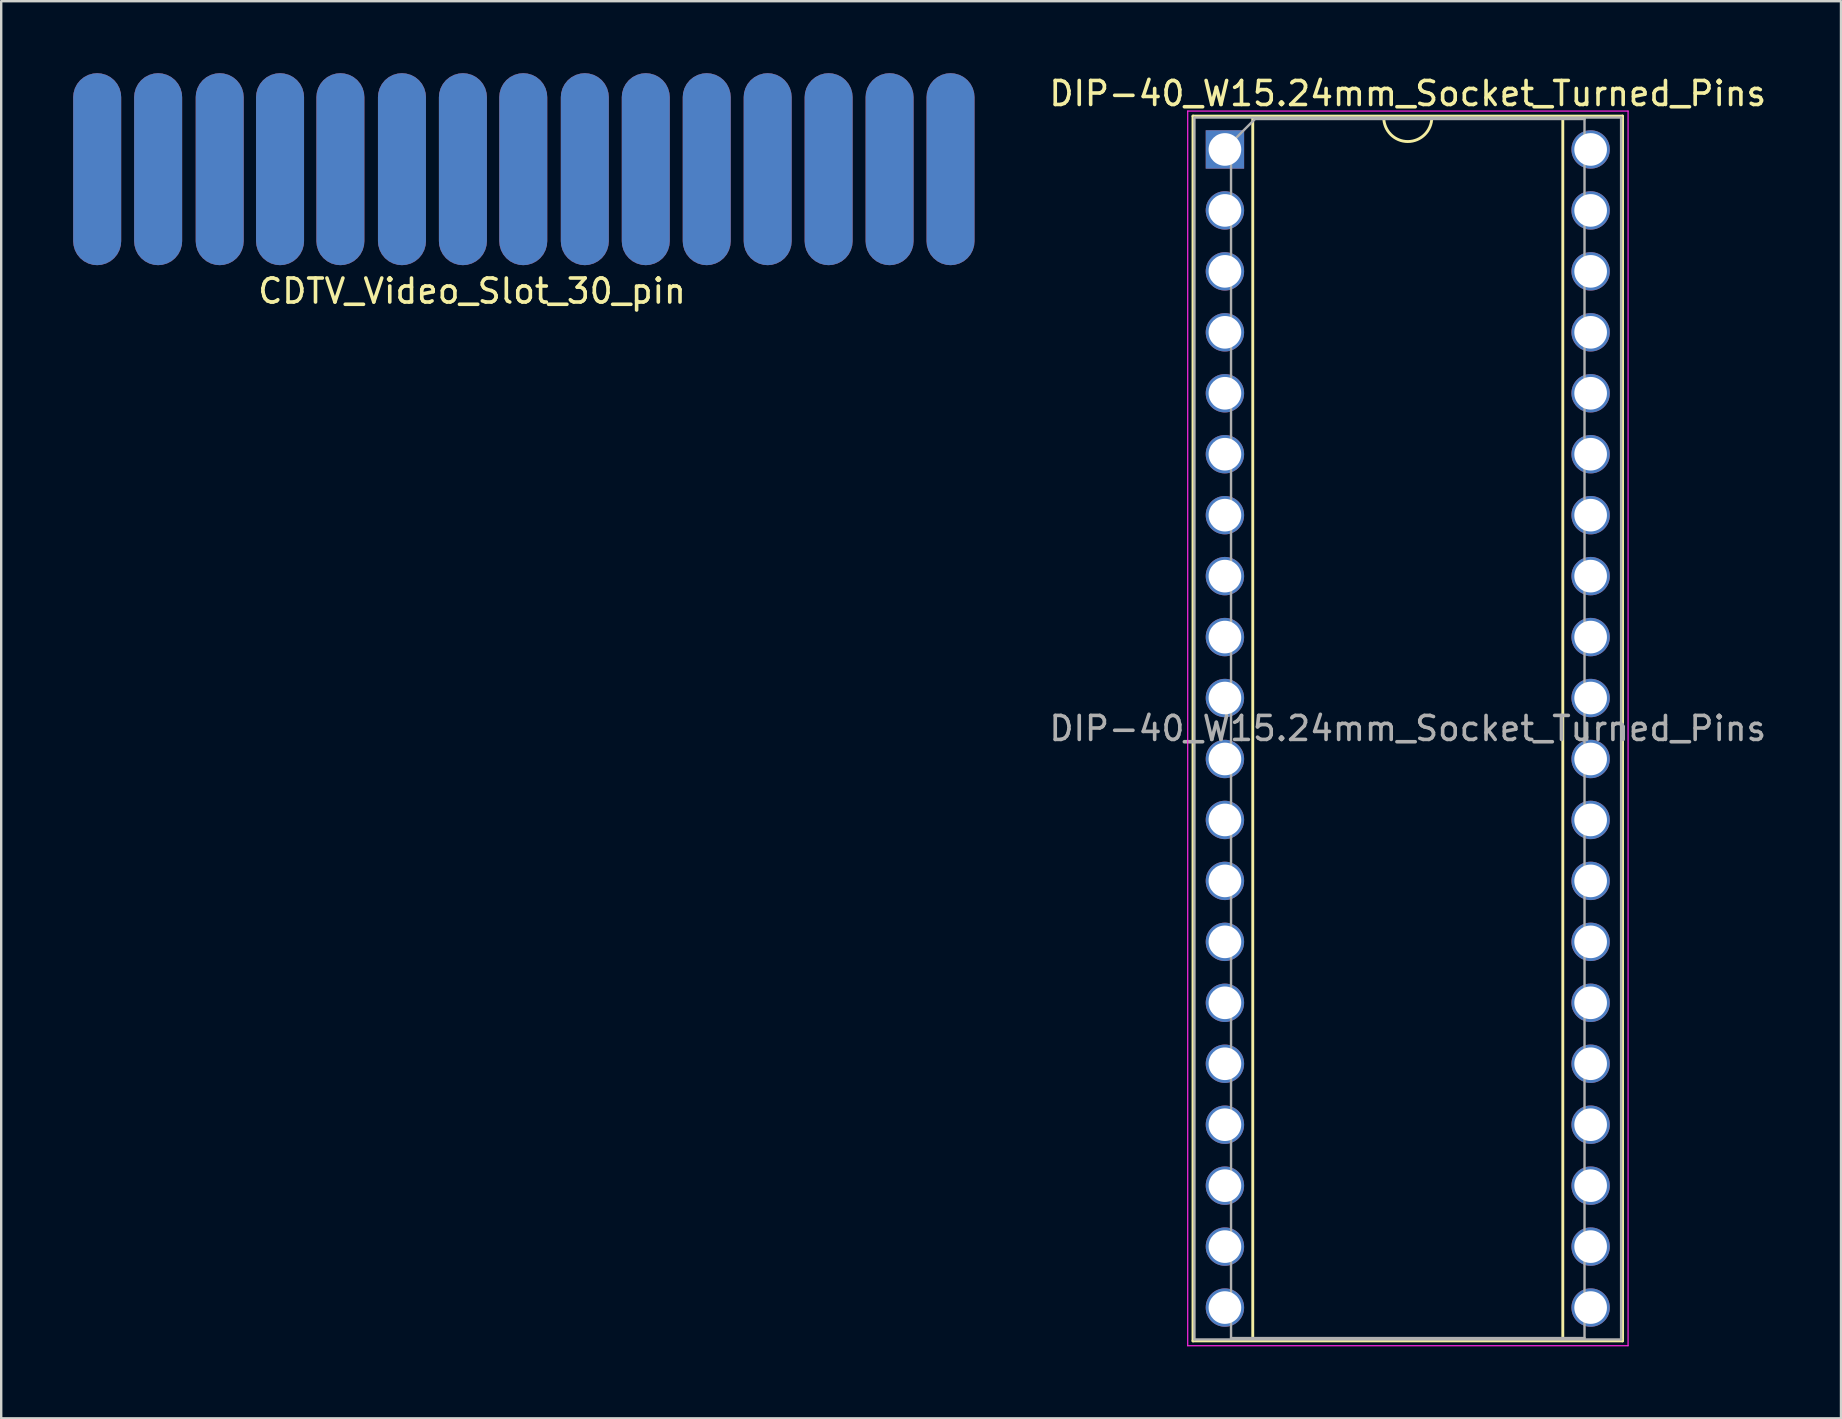
<source format=kicad_pcb>
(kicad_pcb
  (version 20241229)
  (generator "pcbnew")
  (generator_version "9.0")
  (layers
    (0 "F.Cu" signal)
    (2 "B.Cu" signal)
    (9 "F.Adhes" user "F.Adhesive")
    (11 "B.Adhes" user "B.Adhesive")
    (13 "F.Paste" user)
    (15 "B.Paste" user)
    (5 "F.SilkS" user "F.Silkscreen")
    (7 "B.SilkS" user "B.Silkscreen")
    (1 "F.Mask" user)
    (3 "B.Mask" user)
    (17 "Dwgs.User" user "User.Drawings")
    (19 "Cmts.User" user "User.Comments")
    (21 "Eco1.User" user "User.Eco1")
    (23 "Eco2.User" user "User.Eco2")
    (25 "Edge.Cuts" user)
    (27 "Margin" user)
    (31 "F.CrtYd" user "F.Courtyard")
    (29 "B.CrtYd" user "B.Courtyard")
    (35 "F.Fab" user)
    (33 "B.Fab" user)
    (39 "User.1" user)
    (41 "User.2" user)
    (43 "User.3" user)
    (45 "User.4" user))
  (footprint "DIP-40_W15.24mm_Socket_Turned_Pins"
    (layer "F.Cu")
    (at 47.994 3.178)
    (property "Reference" "DIP-40_W15.24mm_Socket_Turned_Pins" (at 7.62 -2.33 0) (layer "F.SilkS") (effects (font (size 1 1) (thickness 0.15))))
    (attr through_hole)
    (fp_line (start -1.33 -1.39) (end -1.33 49.65) (stroke (width 0.12) (type solid)) (layer "F.SilkS"))
    (fp_line (start -1.33 49.65) (end 16.57 49.65) (stroke (width 0.12) (type solid)) (layer "F.SilkS"))
    (fp_line (start 1.16 -1.33) (end 1.16 49.59) (stroke (width 0.12) (type solid)) (layer "F.SilkS"))
    (fp_line (start 1.16 49.59) (end 14.08 49.59) (stroke (width 0.12) (type solid)) (layer "F.SilkS"))
    (fp_line (start 6.62 -1.33) (end 1.16 -1.33) (stroke (width 0.12) (type solid)) (layer "F.SilkS"))
    (fp_line (start 14.08 -1.33) (end 8.62 -1.33) (stroke (width 0.12) (type solid)) (layer "F.SilkS"))
    (fp_line (start 14.08 49.59) (end 14.08 -1.33) (stroke (width 0.12) (type solid)) (layer "F.SilkS"))
    (fp_line (start 16.57 -1.39) (end -1.33 -1.39) (stroke (width 0.12) (type solid)) (layer "F.SilkS"))
    (fp_line (start 16.57 49.65) (end 16.57 -1.39) (stroke (width 0.12) (type solid)) (layer "F.SilkS"))
    (fp_arc (start 8.62 -1.33) (mid 7.62 -0.33) (end 6.62 -1.33) (stroke (width 0.12) (type solid)) (layer "F.SilkS"))
    (fp_line (start -1.55 -1.6) (end -1.55 49.85) (stroke (width 0.05) (type solid)) (layer "F.CrtYd"))
    (fp_line (start -1.55 49.85) (end 16.8 49.85) (stroke (width 0.05) (type solid)) (layer "F.CrtYd"))
    (fp_line (start 16.8 -1.6) (end -1.55 -1.6) (stroke (width 0.05) (type solid)) (layer "F.CrtYd"))
    (fp_line (start 16.8 49.85) (end 16.8 -1.6) (stroke (width 0.05) (type solid)) (layer "F.CrtYd"))
    (fp_line (start -1.27 -1.33) (end -1.27 49.59) (stroke (width 0.1) (type solid)) (layer "F.Fab"))
    (fp_line (start -1.27 49.59) (end 16.51 49.59) (stroke (width 0.1) (type solid)) (layer "F.Fab"))
    (fp_line (start 0.255 -0.27) (end 1.255 -1.27) (stroke (width 0.1) (type solid)) (layer "F.Fab"))
    (fp_line (start 0.255 49.53) (end 0.255 -0.27) (stroke (width 0.1) (type solid)) (layer "F.Fab"))
    (fp_line (start 1.255 -1.27) (end 14.985 -1.27) (stroke (width 0.1) (type solid)) (layer "F.Fab"))
    (fp_line (start 14.985 -1.27) (end 14.985 49.53) (stroke (width 0.1) (type solid)) (layer "F.Fab"))
    (fp_line (start 14.985 49.53) (end 0.255 49.53) (stroke (width 0.1) (type solid)) (layer "F.Fab"))
    (fp_line (start 16.51 -1.33) (end -1.27 -1.33) (stroke (width 0.1) (type solid)) (layer "F.Fab"))
    (fp_line (start 16.51 49.59) (end 16.51 -1.33) (stroke (width 0.1) (type solid)) (layer "F.Fab"))
    (fp_text user "${REFERENCE}" (at 7.62 24.13 0) (layer "F.Fab") (effects (font (size 1 1) (thickness 0.15))))
    (pad "1" thru_hole rect (at 0 0) (size 1.6 1.6) (drill 1.36) (layers "*.Cu" "*.Mask"))
    (pad "2" thru_hole oval (at 0 2.54) (size 1.6 1.6) (drill 1.36) (layers "*.Cu" "*.Mask"))
    (pad "3" thru_hole oval (at 0 5.08) (size 1.6 1.6) (drill 1.36) (layers "*.Cu" "*.Mask"))
    (pad "4" thru_hole oval (at 0 7.62) (size 1.6 1.6) (drill 1.36) (layers "*.Cu" "*.Mask"))
    (pad "5" thru_hole oval (at 0 10.16) (size 1.6 1.6) (drill 1.36) (layers "*.Cu" "*.Mask"))
    (pad "6" thru_hole oval (at 0 12.7) (size 1.6 1.6) (drill 1.36) (layers "*.Cu" "*.Mask"))
    (pad "7" thru_hole oval (at 0 15.24) (size 1.6 1.6) (drill 1.36) (layers "*.Cu" "*.Mask"))
    (pad "8" thru_hole oval (at 0 17.78) (size 1.6 1.6) (drill 1.36) (layers "*.Cu" "*.Mask"))
    (pad "9" thru_hole oval (at 0 20.32) (size 1.6 1.6) (drill 1.36) (layers "*.Cu" "*.Mask"))
    (pad "10" thru_hole oval (at 0 22.86) (size 1.6 1.6) (drill 1.36) (layers "*.Cu" "*.Mask"))
    (pad "11" thru_hole oval (at 0 25.4) (size 1.6 1.6) (drill 1.36) (layers "*.Cu" "*.Mask"))
    (pad "12" thru_hole oval (at 0 27.94) (size 1.6 1.6) (drill 1.36) (layers "*.Cu" "*.Mask"))
    (pad "13" thru_hole oval (at 0 30.48) (size 1.6 1.6) (drill 1.36) (layers "*.Cu" "*.Mask"))
    (pad "14" thru_hole oval (at 0 33.02) (size 1.6 1.6) (drill 1.36) (layers "*.Cu" "*.Mask"))
    (pad "15" thru_hole oval (at 0 35.56) (size 1.6 1.6) (drill 1.36) (layers "*.Cu" "*.Mask"))
    (pad "16" thru_hole oval (at 0 38.1) (size 1.6 1.6) (drill 1.36) (layers "*.Cu" "*.Mask"))
    (pad "17" thru_hole oval (at 0 40.64) (size 1.6 1.6) (drill 1.36) (layers "*.Cu" "*.Mask"))
    (pad "18" thru_hole oval (at 0 43.18) (size 1.6 1.6) (drill 1.36) (layers "*.Cu" "*.Mask"))
    (pad "19" thru_hole oval (at 0 45.72) (size 1.6 1.6) (drill 1.36) (layers "*.Cu" "*.Mask"))
    (pad "20" thru_hole oval (at 0 48.26) (size 1.6 1.6) (drill 1.36) (layers "*.Cu" "*.Mask"))
    (pad "21" thru_hole oval (at 15.24 48.26) (size 1.6 1.6) (drill 1.36) (layers "*.Cu" "*.Mask"))
    (pad "22" thru_hole oval (at 15.24 45.72) (size 1.6 1.6) (drill 1.36) (layers "*.Cu" "*.Mask"))
    (pad "23" thru_hole oval (at 15.24 43.18) (size 1.6 1.6) (drill 1.36) (layers "*.Cu" "*.Mask"))
    (pad "24" thru_hole oval (at 15.24 40.64) (size 1.6 1.6) (drill 1.36) (layers "*.Cu" "*.Mask"))
    (pad "25" thru_hole oval (at 15.24 38.1) (size 1.6 1.6) (drill 1.36) (layers "*.Cu" "*.Mask"))
    (pad "26" thru_hole oval (at 15.24 35.56) (size 1.6 1.6) (drill 1.36) (layers "*.Cu" "*.Mask"))
    (pad "27" thru_hole oval (at 15.24 33.02) (size 1.6 1.6) (drill 1.36) (layers "*.Cu" "*.Mask"))
    (pad "28" thru_hole oval (at 15.24 30.48) (size 1.6 1.6) (drill 1.36) (layers "*.Cu" "*.Mask"))
    (pad "29" thru_hole oval (at 15.24 27.94) (size 1.6 1.6) (drill 1.36) (layers "*.Cu" "*.Mask"))
    (pad "30" thru_hole oval (at 15.24 25.4) (size 1.6 1.6) (drill 1.36) (layers "*.Cu" "*.Mask"))
    (pad "31" thru_hole oval (at 15.24 22.86) (size 1.6 1.6) (drill 1.36) (layers "*.Cu" "*.Mask"))
    (pad "32" thru_hole oval (at 15.24 20.32) (size 1.6 1.6) (drill 1.36) (layers "*.Cu" "*.Mask"))
    (pad "33" thru_hole oval (at 15.24 17.78) (size 1.6 1.6) (drill 1.36) (layers "*.Cu" "*.Mask"))
    (pad "34" thru_hole oval (at 15.24 15.24) (size 1.6 1.6) (drill 1.36) (layers "*.Cu" "*.Mask"))
    (pad "35" thru_hole oval (at 15.24 12.7) (size 1.6 1.6) (drill 1.36) (layers "*.Cu" "*.Mask"))
    (pad "36" thru_hole oval (at 15.24 10.16) (size 1.6 1.6) (drill 1.36) (layers "*.Cu" "*.Mask"))
    (pad "37" thru_hole oval (at 15.24 7.62) (size 1.6 1.6) (drill 1.36) (layers "*.Cu" "*.Mask"))
    (pad "38" thru_hole oval (at 15.24 5.08) (size 1.6 1.6) (drill 1.36) (layers "*.Cu" "*.Mask"))
    (pad "39" thru_hole oval (at 15.24 2.54) (size 1.6 1.6) (drill 1.36) (layers "*.Cu" "*.Mask"))
    (pad "40" thru_hole oval (at 15.24 0) (size 1.6 1.6) (drill 1.36) (layers "*.Cu" "*.Mask")))
  (footprint "CDTV_Video_Slot_30_pin"
    (layer "F.Cu")
    (at 36.56 4)
    (property "Reference" "CDTV_Video_Slot_30_pin" (at -19.939 5.08 0) (layer "F.SilkS") (effects (font (size 1 1) (thickness 0.15))))
    (attr through_hole)
    (pad "1" connect roundrect (at 0 0) (size 2 8) (layers "B.Cu" "B.Mask") (roundrect_rratio 0.5))
    (pad "2" connect roundrect (at 0 0) (size 2 8) (layers "F.Cu" "F.Mask") (roundrect_rratio 0.5))
    (pad "3" connect roundrect (at -2.54 0) (size 2 8) (layers "B.Cu" "B.Mask") (roundrect_rratio 0.5))
    (pad "4" connect roundrect (at -2.54 0) (size 2 8) (layers "F.Cu" "F.Mask") (roundrect_rratio 0.5))
    (pad "5" connect roundrect (at -5.08 0) (size 2 8) (layers "B.Cu" "B.Mask") (roundrect_rratio 0.5))
    (pad "6" connect roundrect (at -5.08 0) (size 2 8) (layers "F.Cu" "F.Mask") (roundrect_rratio 0.5))
    (pad "7" connect roundrect (at -7.62 0) (size 2 8) (layers "B.Cu" "B.Mask") (roundrect_rratio 0.5))
    (pad "8" connect roundrect (at -7.62 0) (size 2 8) (layers "F.Cu" "F.Mask") (roundrect_rratio 0.5))
    (pad "9" connect roundrect (at -10.16 0) (size 2 8) (layers "B.Cu" "B.Mask") (roundrect_rratio 0.5))
    (pad "10" connect roundrect (at -10.16 0) (size 2 8) (layers "F.Cu" "F.Mask") (roundrect_rratio 0.5))
    (pad "11" connect roundrect (at -12.7 0) (size 2 8) (layers "B.Cu" "B.Mask") (roundrect_rratio 0.5))
    (pad "12" connect roundrect (at -12.7 0) (size 2 8) (layers "F.Cu" "F.Mask") (roundrect_rratio 0.5))
    (pad "13" connect roundrect (at -15.24 0) (size 2 8) (layers "B.Cu" "B.Mask") (roundrect_rratio 0.5))
    (pad "14" connect roundrect (at -15.24 0) (size 2 8) (layers "F.Cu" "F.Mask") (roundrect_rratio 0.5))
    (pad "15" connect roundrect (at -17.805 0) (size 2 8) (layers "B.Cu" "B.Mask") (roundrect_rratio 0.5))
    (pad "16" connect roundrect (at -17.805 0) (size 2 8) (layers "F.Cu" "F.Mask") (roundrect_rratio 0.5))
    (pad "17" connect roundrect (at -20.32 0) (size 2 8) (layers "B.Cu" "B.Mask") (roundrect_rratio 0.5))
    (pad "18" connect roundrect (at -20.32 0) (size 2 8) (layers "F.Cu" "F.Mask") (roundrect_rratio 0.5))
    (pad "19" connect roundrect (at -22.86 0) (size 2 8) (layers "B.Cu" "B.Mask") (roundrect_rratio 0.5))
    (pad "20" connect roundrect (at -22.86 0) (size 2 8) (layers "F.Cu" "F.Mask") (roundrect_rratio 0.5))
    (pad "21" connect roundrect (at -25.425 0) (size 2 8) (layers "B.Cu" "B.Mask") (roundrect_rratio 0.5))
    (pad "22" connect roundrect (at -25.425 0) (size 2 8) (layers "F.Cu" "F.Mask") (roundrect_rratio 0.5))
    (pad "23" connect roundrect (at -27.94 0) (size 2 8) (layers "B.Cu" "B.Mask") (roundrect_rratio 0.5))
    (pad "24" connect roundrect (at -27.94 0) (size 2 8) (layers "F.Cu" "F.Mask") (roundrect_rratio 0.5))
    (pad "25" connect roundrect (at -30.455 0) (size 2 8) (layers "B.Cu" "B.Mask") (roundrect_rratio 0.5))
    (pad "26" connect roundrect (at -30.455 0) (size 2 8) (layers "F.Cu" "F.Mask") (roundrect_rratio 0.5))
    (pad "27" connect roundrect (at -33.02 0) (size 2 8) (layers "B.Cu" "B.Mask") (roundrect_rratio 0.5))
    (pad "28" connect roundrect (at -33.02 0) (size 2 8) (layers "F.Cu" "F.Mask") (roundrect_rratio 0.5))
    (pad "29" connect roundrect (at -35.56 0) (size 2 8) (layers "B.Cu" "B.Mask") (roundrect_rratio 0.5))
    (pad "30" connect roundrect (at -35.56 0) (size 2 8) (layers "F.Cu" "F.Mask") (roundrect_rratio 0.5)))
  (gr_rect
    (start -3 -3)
    (end 73.667 56.053)
    (stroke (width 0.1) (type default))
    (fill no)
    (layer "Edge.Cuts")))
</source>
